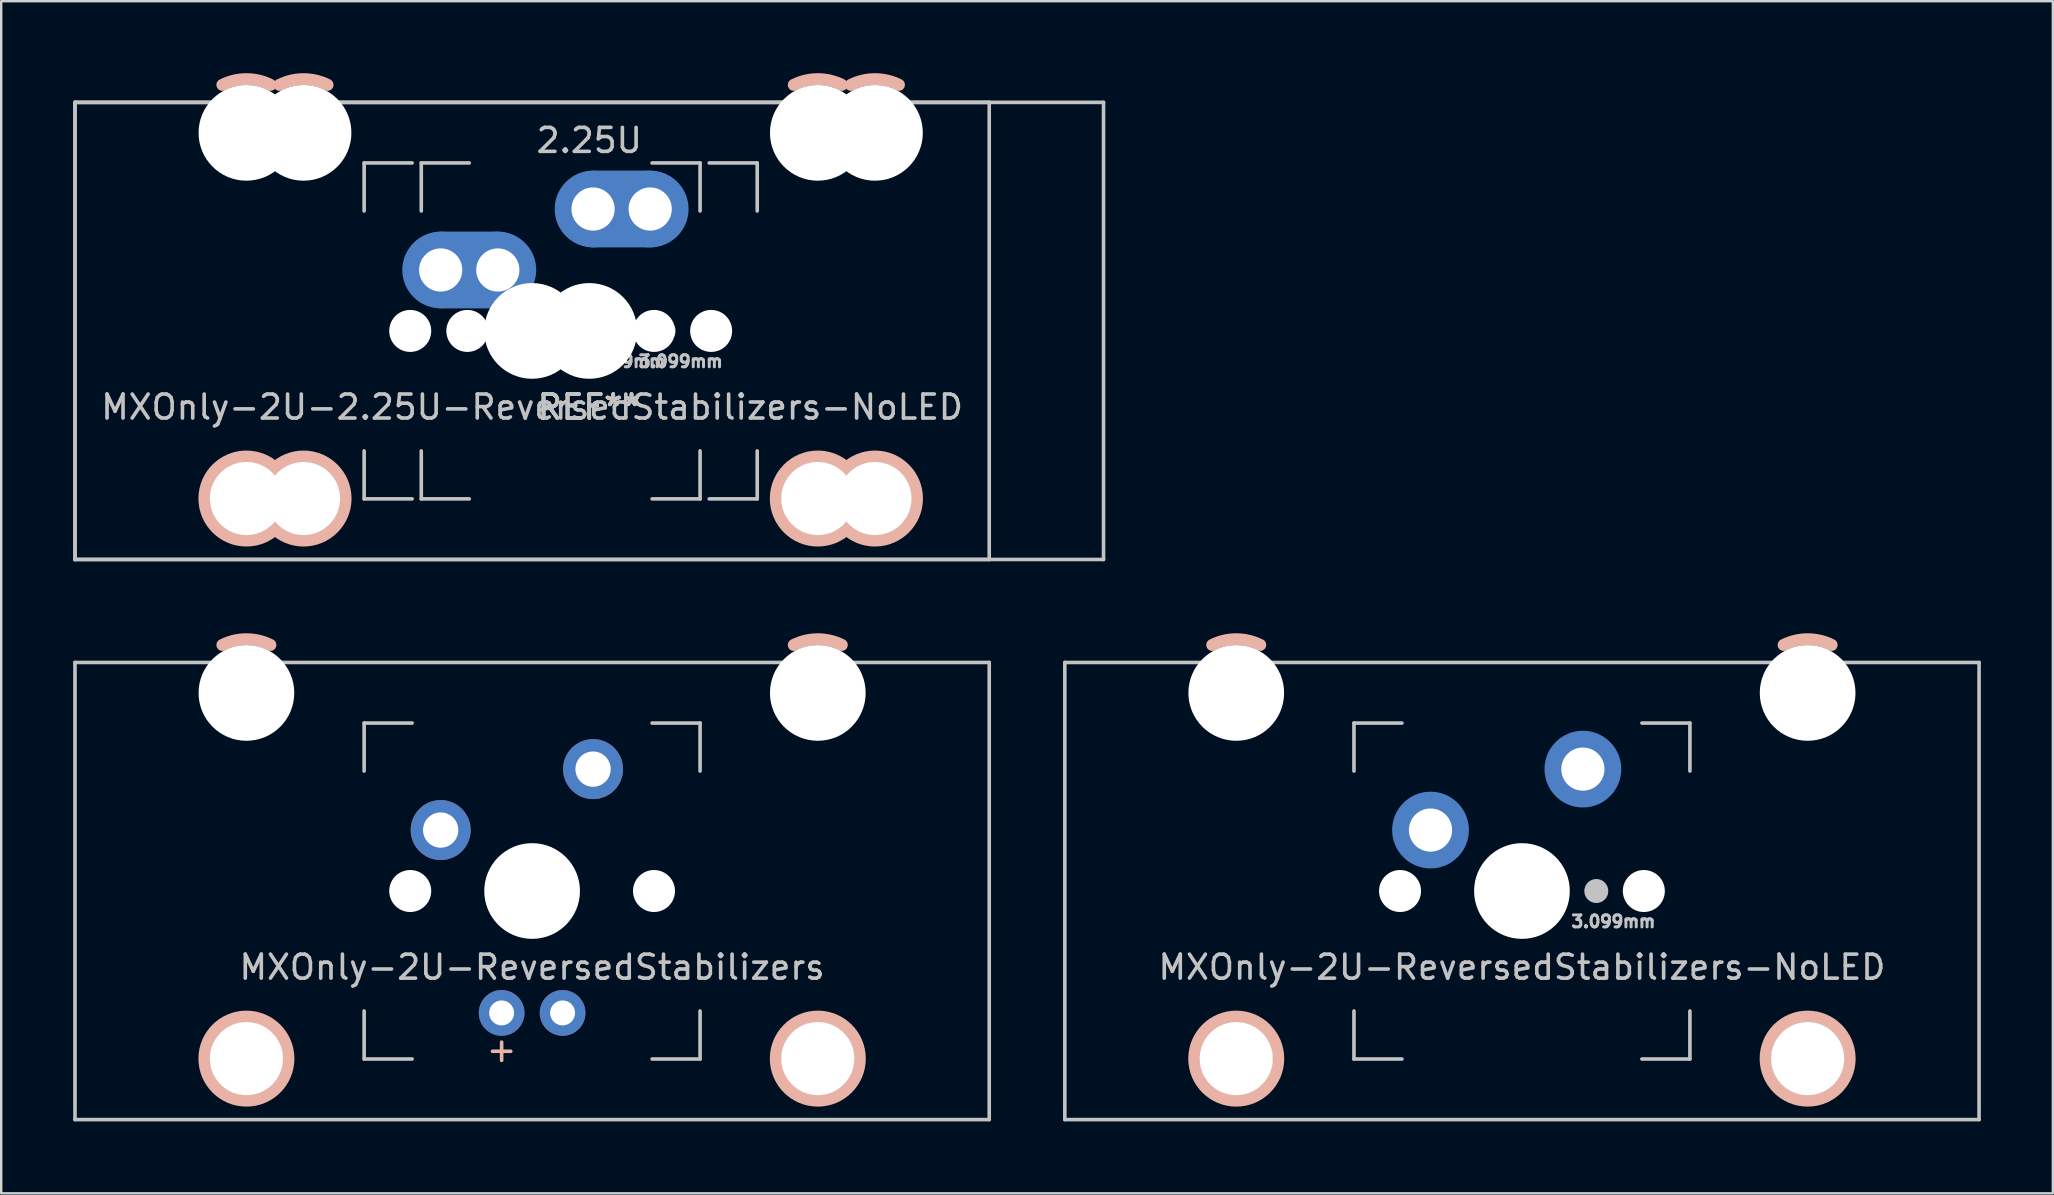
<source format=kicad_pcb>
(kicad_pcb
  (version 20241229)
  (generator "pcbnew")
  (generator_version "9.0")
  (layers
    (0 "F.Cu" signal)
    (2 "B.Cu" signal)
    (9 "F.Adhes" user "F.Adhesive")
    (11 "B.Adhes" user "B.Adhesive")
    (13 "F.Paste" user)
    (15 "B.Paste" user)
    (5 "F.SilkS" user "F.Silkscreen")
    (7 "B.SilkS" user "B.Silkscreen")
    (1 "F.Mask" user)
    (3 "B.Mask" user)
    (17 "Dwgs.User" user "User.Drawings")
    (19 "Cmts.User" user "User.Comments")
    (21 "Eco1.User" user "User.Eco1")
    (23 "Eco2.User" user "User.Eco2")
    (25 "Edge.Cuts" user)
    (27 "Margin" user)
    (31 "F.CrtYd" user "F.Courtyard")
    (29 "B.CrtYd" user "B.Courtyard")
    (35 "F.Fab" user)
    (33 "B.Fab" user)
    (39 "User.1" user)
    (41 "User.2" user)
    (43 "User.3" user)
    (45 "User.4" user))
  (footprint "MXOnly-2U-2.25U-ReversedStabilizers-NoLED"
    (layer "F.Cu")
    (at 19.125 10.741)
    (property "Reference" "MXOnly-2U-2.25U-ReversedStabilizers-NoLED" (at 0 3.175 0) (layer "Dwgs.User") (effects (font (size 1 1) (thickness 0.15))))
    (attr through_hole)
    (fp_arc (start -12.90625 -10.255) (mid -11.906837 -10.491068) (end -10.907301 -10.255525) (stroke (width 0.5) (type solid)) (layer "B.SilkS"))
    (fp_arc (start -10.52499 -10.255) (mid -9.525577 -10.491068) (end -8.526041 -10.255525) (stroke (width 0.5) (type solid)) (layer "B.SilkS"))
    (fp_arc (start 10.90625 -10.255) (mid 11.905663 -10.491068) (end 12.905199 -10.255525) (stroke (width 0.5) (type solid)) (layer "B.SilkS"))
    (fp_arc (start 13.28751 -10.255) (mid 14.286923 -10.491068) (end 15.286459 -10.255525) (stroke (width 0.5) (type solid)) (layer "B.SilkS"))
    (fp_circle (center -11.906 6.985) (end -13.656 6.985) (stroke (width 0.5) (type solid)) (fill no) (layer "B.SilkS"))
    (fp_circle (center -9.525 6.985) (end -11.275 6.985) (stroke (width 0.5) (type solid)) (fill no) (layer "B.SilkS"))
    (fp_circle (center 11.906 6.985) (end 10.156 6.985) (stroke (width 0.5) (type solid)) (fill no) (layer "B.SilkS"))
    (fp_circle (center 14.288 6.985) (end 12.538 6.985) (stroke (width 0.5) (type solid)) (fill no) (layer "B.SilkS"))
    (fp_line (start -19.05 -9.525) (end 19.05 -9.525) (stroke (width 0.15) (type solid)) (layer "Dwgs.User"))
    (fp_line (start -19.05 9.525) (end -19.05 -9.525) (stroke (width 0.15) (type solid)) (layer "Dwgs.User"))
    (fp_line (start -19.05 9.525) (end 19.05 9.525) (stroke (width 0.15) (type solid)) (layer "Dwgs.User"))
    (fp_line (start -19.05 -9.525) (end 23.813 -9.525) (stroke (width 0.15) (type solid)) (layer "Dwgs.User"))
    (fp_line (start -19.05 9.525) (end -19.05 -9.525) (stroke (width 0.15) (type solid)) (layer "Dwgs.User"))
    (fp_line (start -19.05 9.525) (end 23.813 9.525) (stroke (width 0.15) (type solid)) (layer "Dwgs.User"))
    (fp_line (start -7 -7) (end -7 -5) (stroke (width 0.15) (type solid)) (layer "Dwgs.User"))
    (fp_line (start -7 5) (end -7 7) (stroke (width 0.15) (type solid)) (layer "Dwgs.User"))
    (fp_line (start -7 7) (end -5 7) (stroke (width 0.15) (type solid)) (layer "Dwgs.User"))
    (fp_line (start -5 -7) (end -7 -7) (stroke (width 0.15) (type solid)) (layer "Dwgs.User"))
    (fp_line (start -4.619 -7) (end -4.619 -5) (stroke (width 0.15) (type solid)) (layer "Dwgs.User"))
    (fp_line (start -4.619 5) (end -4.619 7) (stroke (width 0.15) (type solid)) (layer "Dwgs.User"))
    (fp_line (start -4.619 7) (end -2.619 7) (stroke (width 0.15) (type solid)) (layer "Dwgs.User"))
    (fp_line (start -2.619 -7) (end -4.619 -7) (stroke (width 0.15) (type solid)) (layer "Dwgs.User"))
    (fp_line (start 5 -7) (end 7 -7) (stroke (width 0.15) (type solid)) (layer "Dwgs.User"))
    (fp_line (start 5 7) (end 7 7) (stroke (width 0.15) (type solid)) (layer "Dwgs.User"))
    (fp_line (start 7 -7) (end 7 -5) (stroke (width 0.15) (type solid)) (layer "Dwgs.User"))
    (fp_line (start 7 7) (end 7 5) (stroke (width 0.15) (type solid)) (layer "Dwgs.User"))
    (fp_line (start 7.381 -7) (end 9.381 -7) (stroke (width 0.15) (type solid)) (layer "Dwgs.User"))
    (fp_line (start 7.381 7) (end 9.381 7) (stroke (width 0.15) (type solid)) (layer "Dwgs.User"))
    (fp_line (start 9.381 -7) (end 9.381 -5) (stroke (width 0.15) (type solid)) (layer "Dwgs.User"))
    (fp_line (start 9.381 7) (end 9.381 5) (stroke (width 0.15) (type solid)) (layer "Dwgs.User"))
    (fp_line (start 19.05 -9.525) (end 19.05 9.525) (stroke (width 0.15) (type solid)) (layer "Dwgs.User"))
    (fp_line (start 23.813 -9.525) (end 23.813 9.525) (stroke (width 0.15) (type solid)) (layer "Dwgs.User"))
    (fp_text user "REF**" (at 2.381 3.175 0) (layer "Dwgs.User") (effects (font (size 1 1) (thickness 0.15))))
    (fp_text user "REF**" (at 2.381 3.175 0) (layer "Dwgs.User") (effects (font (size 1 1) (thickness 0.15))))
    (fp_text user "3.099mm" (at 6.191 1.27 0) (layer "Dwgs.User") (effects (font (size 0.5 0.5) (thickness 0.125))))
    (fp_text user "REF**" (at 2.381 3.175 0) (layer "Dwgs.User") (effects (font (size 1 1) (thickness 0.15))))
    (fp_text user "2.25U" (at 2.381 -7.938 0) (layer "Dwgs.User") (effects (font (size 1 1) (thickness 0.15))))
    (fp_text user "3.099mm" (at 3.81 1.27 0) (layer "Dwgs.User") (effects (font (size 0.5 0.5) (thickness 0.125))))
    (fp_text user "REF**" (at 2.381 3.175 0) (layer "Dwgs.User") (effects (font (size 1 1) (thickness 0.15))))
    (pad "" np_thru_hole circle (at -11.906 -8.255) (size 3.988 3.988) (drill 3.988) (layers "*.Cu" "*.Mask"))
    (pad "" np_thru_hole circle (at -11.906 6.985) (size 3.048 3.048) (drill 3.048) (layers "*.Cu" "*.Mask"))
    (pad "" np_thru_hole circle (at -9.525 -8.255) (size 3.988 3.988) (drill 3.988) (layers "*.Cu" "*.Mask"))
    (pad "" np_thru_hole circle (at -9.525 6.985) (size 3.048 3.048) (drill 3.048) (layers "*.Cu" "*.Mask"))
    (pad "" np_thru_hole circle (at -5.08 0 48.1) (size 1.75 1.75) (drill 1.75) (layers "*.Cu" "*.Mask"))
    (pad "" smd circle (at -3.81 -2.54) (size 2.8 2.8) (layers "B.Mask"))
    (pad "" np_thru_hole circle (at -2.699 0 48.1) (size 1.75 1.75) (drill 1.75) (layers "*.Cu" "*.Mask"))
    (pad "" smd circle (at -1.429 -2.54) (size 2.8 2.8) (layers "B.Mask"))
    (pad "" np_thru_hole circle (at 0 0) (size 3.988 3.988) (drill 3.988) (layers "*.Cu" "*.Mask"))
    (pad "" np_thru_hole circle (at 2.381 0) (size 3.988 3.988) (drill 3.988) (layers "*.Cu" "*.Mask"))
    (pad "" smd circle (at 2.54 -5.08) (size 2.8 2.8) (layers "B.Mask"))
    (pad "" smd circle (at 3.099 0) (size 1 1) (layers "Dwgs.User"))
    (pad "" smd circle (at 4.921 -5.08) (size 2.8 2.8) (layers "B.Mask"))
    (pad "" np_thru_hole circle (at 5.08 0 48.1) (size 1.75 1.75) (drill 1.75) (layers "*.Cu" "*.Mask"))
    (pad "" smd circle (at 5.48 0) (size 1 1) (layers "Dwgs.User"))
    (pad "" np_thru_hole circle (at 7.461 0 48.1) (size 1.75 1.75) (drill 1.75) (layers "*.Cu" "*.Mask"))
    (pad "" np_thru_hole circle (at 11.906 -8.255) (size 3.988 3.988) (drill 3.988) (layers "*.Cu" "*.Mask"))
    (pad "" np_thru_hole circle (at 11.906 6.985) (size 3.048 3.048) (drill 3.048) (layers "*.Cu" "*.Mask"))
    (pad "" np_thru_hole circle (at 14.288 -8.255) (size 3.988 3.988) (drill 3.988) (layers "*.Cu" "*.Mask"))
    (pad "" np_thru_hole circle (at 14.288 6.985) (size 3.048 3.048) (drill 3.048) (layers "*.Cu" "*.Mask"))
    (pad "1" thru_hole circle (at -3.81 -2.54) (size 2.4 2.4) (drill 1.8) (layers "*.Cu"))
    (pad "1" smd circle (at -3.81 -2.54) (size 3.2 3.2) (layers "B.Cu"))
    (pad "1" smd oval (at -2.619 -2.54) (size 5.4 3.2) (layers "B.Cu"))
    (pad "1" thru_hole circle (at -1.429 -2.54) (size 2.4 2.4) (drill 1.8) (layers "*.Cu"))
    (pad "1" smd circle (at -1.429 -2.54) (size 3.2 3.2) (layers "B.Cu"))
    (pad "2" thru_hole circle (at 2.54 -5.08) (size 2.4 2.4) (drill 1.8) (layers "*.Cu"))
    (pad "2" smd circle (at 2.54 -5.08) (size 3.2 3.2) (layers "B.Cu"))
    (pad "2" smd oval (at 3.731 -5.08) (size 5.4 3.2) (layers "B.Cu"))
    (pad "2" thru_hole circle (at 4.921 -5.08) (size 2.4 2.4) (drill 1.8) (layers "*.Cu"))
    (pad "2" smd circle (at 4.921 -5.08) (size 3.2 3.2) (layers "B.Cu")))
  (footprint "MXOnly-2U-ReversedStabilizers-NoLED"
    (layer "F.Cu")
    (at 60.375 34.082)
    (property "Reference" "MXOnly-2U-ReversedStabilizers-NoLED" (at 0 3.175 0) (layer "Dwgs.User") (effects (font (size 1 1) (thickness 0.15))))
    (attr through_hole)
    (fp_arc (start -12.90625 -10.255) (mid -11.906837 -10.491068) (end -10.907301 -10.255525) (stroke (width 0.5) (type solid)) (layer "B.SilkS"))
    (fp_arc (start 10.90625 -10.255) (mid 11.905663 -10.491068) (end 12.905199 -10.255525) (stroke (width 0.5) (type solid)) (layer "B.SilkS"))
    (fp_circle (center -11.906 6.985) (end -13.656 6.985) (stroke (width 0.5) (type solid)) (fill no) (layer "B.SilkS"))
    (fp_circle (center 11.906 6.985) (end 10.156 6.985) (stroke (width 0.5) (type solid)) (fill no) (layer "B.SilkS"))
    (fp_line (start -19.05 -9.525) (end 19.05 -9.525) (stroke (width 0.15) (type solid)) (layer "Dwgs.User"))
    (fp_line (start -19.05 9.525) (end -19.05 -9.525) (stroke (width 0.15) (type solid)) (layer "Dwgs.User"))
    (fp_line (start -19.05 9.525) (end 19.05 9.525) (stroke (width 0.15) (type solid)) (layer "Dwgs.User"))
    (fp_line (start -7 -7) (end -7 -5) (stroke (width 0.15) (type solid)) (layer "Dwgs.User"))
    (fp_line (start -7 5) (end -7 7) (stroke (width 0.15) (type solid)) (layer "Dwgs.User"))
    (fp_line (start -7 7) (end -5 7) (stroke (width 0.15) (type solid)) (layer "Dwgs.User"))
    (fp_line (start -5 -7) (end -7 -7) (stroke (width 0.15) (type solid)) (layer "Dwgs.User"))
    (fp_line (start 5 -7) (end 7 -7) (stroke (width 0.15) (type solid)) (layer "Dwgs.User"))
    (fp_line (start 5 7) (end 7 7) (stroke (width 0.15) (type solid)) (layer "Dwgs.User"))
    (fp_line (start 7 -7) (end 7 -5) (stroke (width 0.15) (type solid)) (layer "Dwgs.User"))
    (fp_line (start 7 7) (end 7 5) (stroke (width 0.15) (type solid)) (layer "Dwgs.User"))
    (fp_line (start 19.05 -9.525) (end 19.05 9.525) (stroke (width 0.15) (type solid)) (layer "Dwgs.User"))
    (fp_text user "3.099mm" (at 3.81 1.27 0) (layer "Dwgs.User") (effects (font (size 0.5 0.5) (thickness 0.125))))
    (pad "" np_thru_hole circle (at -11.906 -8.255) (size 3.988 3.988) (drill 3.988) (layers "*.Cu" "*.Mask"))
    (pad "" np_thru_hole circle (at -11.906 6.985) (size 3.048 3.048) (drill 3.048) (layers "*.Cu" "*.Mask"))
    (pad "" np_thru_hole circle (at -5.08 0 48.1) (size 1.75 1.75) (drill 1.75) (layers "*.Cu" "*.Mask"))
    (pad "" smd circle (at -3.81 -2.54) (size 2.8 2.8) (layers "B.Mask"))
    (pad "" np_thru_hole circle (at 0 0) (size 3.988 3.988) (drill 3.988) (layers "*.Cu" "*.Mask"))
    (pad "" smd circle (at 2.54 -5.08) (size 2.8 2.8) (layers "B.Mask"))
    (pad "" smd circle (at 3.099 0) (size 1 1) (layers "Dwgs.User"))
    (pad "" np_thru_hole circle (at 5.08 0 48.1) (size 1.75 1.75) (drill 1.75) (layers "*.Cu" "*.Mask"))
    (pad "" np_thru_hole circle (at 11.906 -8.255) (size 3.988 3.988) (drill 3.988) (layers "*.Cu" "*.Mask"))
    (pad "" np_thru_hole circle (at 11.906 6.985) (size 3.048 3.048) (drill 3.048) (layers "*.Cu" "*.Mask"))
    (pad "1" thru_hole circle (at -3.81 -2.54) (size 2.4 2.4) (drill 1.8) (layers "*.Cu"))
    (pad "1" smd circle (at -3.81 -2.54) (size 3.2 3.2) (layers "B.Cu"))
    (pad "2" thru_hole circle (at 2.54 -5.08) (size 2.4 2.4) (drill 1.8) (layers "*.Cu"))
    (pad "2" smd circle (at 2.54 -5.08) (size 3.2 3.2) (layers "B.Cu")))
  (footprint "MXOnly-2U-ReversedStabilizers"
    (layer "F.Cu")
    (at 19.125 34.082)
    (property "Reference" "MXOnly-2U-ReversedStabilizers" (at 0 3.175 0) (layer "Dwgs.User") (effects (font (size 1 1) (thickness 0.15))))
    (attr through_hole)
    (fp_arc (start -12.90625 -10.255) (mid -11.906837 -10.491068) (end -10.907301 -10.255525) (stroke (width 0.5) (type solid)) (layer "B.SilkS"))
    (fp_arc (start 10.90625 -10.255) (mid 11.905663 -10.491068) (end 12.905199 -10.255525) (stroke (width 0.5) (type solid)) (layer "B.SilkS"))
    (fp_circle (center -11.906 6.985) (end -13.656 6.985) (stroke (width 0.5) (type solid)) (fill no) (layer "B.SilkS"))
    (fp_circle (center 11.906 6.985) (end 10.156 6.985) (stroke (width 0.5) (type solid)) (fill no) (layer "B.SilkS"))
    (fp_line (start -19.05 -9.525) (end 19.05 -9.525) (stroke (width 0.15) (type solid)) (layer "Dwgs.User"))
    (fp_line (start -19.05 9.525) (end -19.05 -9.525) (stroke (width 0.15) (type solid)) (layer "Dwgs.User"))
    (fp_line (start -19.05 9.525) (end 19.05 9.525) (stroke (width 0.15) (type solid)) (layer "Dwgs.User"))
    (fp_line (start -7 -7) (end -7 -5) (stroke (width 0.15) (type solid)) (layer "Dwgs.User"))
    (fp_line (start -7 5) (end -7 7) (stroke (width 0.15) (type solid)) (layer "Dwgs.User"))
    (fp_line (start -7 7) (end -5 7) (stroke (width 0.15) (type solid)) (layer "Dwgs.User"))
    (fp_line (start -5 -7) (end -7 -7) (stroke (width 0.15) (type solid)) (layer "Dwgs.User"))
    (fp_line (start 5 -7) (end 7 -7) (stroke (width 0.15) (type solid)) (layer "Dwgs.User"))
    (fp_line (start 5 7) (end 7 7) (stroke (width 0.15) (type solid)) (layer "Dwgs.User"))
    (fp_line (start 7 -7) (end 7 -5) (stroke (width 0.15) (type solid)) (layer "Dwgs.User"))
    (fp_line (start 7 7) (end 7 5) (stroke (width 0.15) (type solid)) (layer "Dwgs.User"))
    (fp_line (start 19.05 -9.525) (end 19.05 9.525) (stroke (width 0.15) (type solid)) (layer "Dwgs.User"))
    (fp_text user "+" (at -1.27 6.604 0) (layer "B.SilkS") (effects (font (size 1 1) (thickness 0.15))))
    (pad "" np_thru_hole circle (at -11.906 -8.255) (size 3.988 3.988) (drill 3.988) (layers "*.Cu" "*.Mask"))
    (pad "" np_thru_hole circle (at -11.906 6.985) (size 3.048 3.048) (drill 3.048) (layers "*.Cu" "*.Mask"))
    (pad "" np_thru_hole circle (at -5.08 0 48.1) (size 1.75 1.75) (drill 1.75) (layers "*.Cu" "*.Mask"))
    (pad "" np_thru_hole circle (at 0 0) (size 3.988 3.988) (drill 3.988) (layers "*.Cu" "*.Mask"))
    (pad "" np_thru_hole circle (at 5.08 0 48.1) (size 1.75 1.75) (drill 1.75) (layers "*.Cu" "*.Mask"))
    (pad "" np_thru_hole circle (at 11.906 -8.255) (size 3.988 3.988) (drill 3.988) (layers "*.Cu" "*.Mask"))
    (pad "" np_thru_hole circle (at 11.906 6.985) (size 3.048 3.048) (drill 3.048) (layers "*.Cu" "*.Mask"))
    (pad "1" thru_hole circle (at -3.81 -2.54) (size 2.5 2.5) (drill 1.47) (layers "*.Cu" "*.Mask"))
    (pad "2" thru_hole circle (at 2.54 -5.08) (size 2.5 2.5) (drill 1.47) (layers "*.Cu" "*.Mask"))
    (pad "3" thru_hole circle (at -1.27 5.08) (size 1.905 1.905) (drill 1.04) (layers "*.Cu" "*.Mask"))
    (pad "4" thru_hole circle (at 1.27 5.08) (size 1.905 1.905) (drill 1.04) (layers "*.Cu" "*.Mask")))
  (gr_rect
    (start -3 -3)
    (end 82.5 46.682)
    (stroke (width 0.1) (type default))
    (fill no)
    (layer "Edge.Cuts")))
</source>
